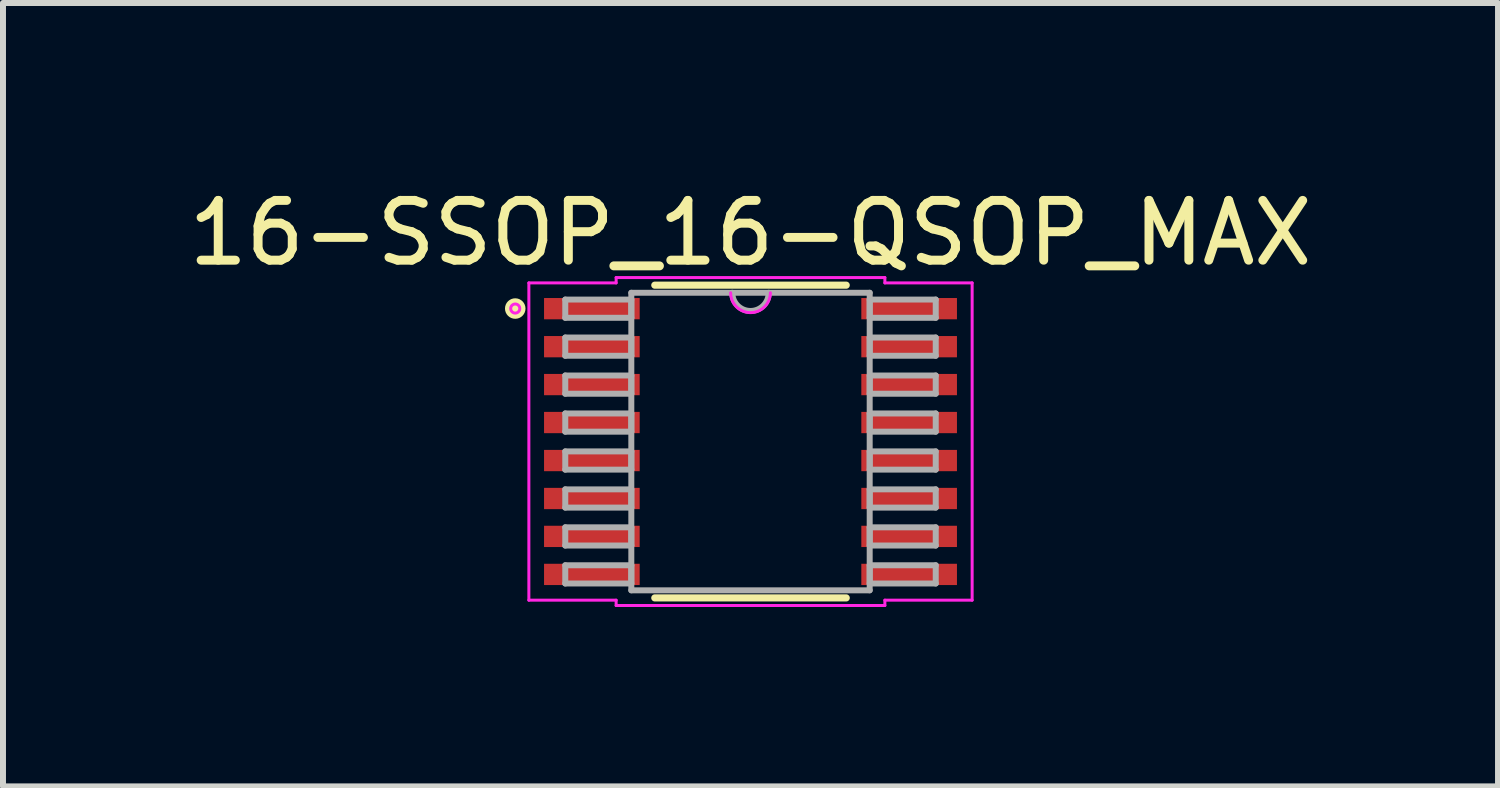
<source format=kicad_pcb>
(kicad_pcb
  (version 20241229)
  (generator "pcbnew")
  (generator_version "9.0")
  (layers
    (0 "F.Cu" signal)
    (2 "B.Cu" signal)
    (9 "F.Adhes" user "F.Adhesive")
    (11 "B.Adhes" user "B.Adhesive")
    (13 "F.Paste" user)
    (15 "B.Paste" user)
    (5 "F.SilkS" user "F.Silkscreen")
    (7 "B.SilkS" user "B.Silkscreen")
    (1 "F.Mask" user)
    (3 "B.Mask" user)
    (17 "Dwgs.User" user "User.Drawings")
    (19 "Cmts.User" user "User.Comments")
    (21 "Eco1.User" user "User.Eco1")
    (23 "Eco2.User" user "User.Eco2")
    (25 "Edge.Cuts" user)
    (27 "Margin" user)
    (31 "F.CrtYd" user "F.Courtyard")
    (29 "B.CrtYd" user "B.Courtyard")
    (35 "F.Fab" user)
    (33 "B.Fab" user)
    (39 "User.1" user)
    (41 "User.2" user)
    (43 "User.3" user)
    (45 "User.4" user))
  (footprint "16-SSOP_16-QSOP_MAX"
    (layer "F.Cu")
    (at 9.506 4.337)
    (property "Reference" "16-SSOP_16-QSOP_MAX" (at 0 -3.489 0) (layer "F.SilkS") (effects (font (size 1 1) (thickness 0.15))))
    (attr through_hole)
    (fp_line (start -1.601 2.616) (end 1.601 2.616) (stroke (width 0.12) (type solid)) (layer "F.SilkS"))
    (fp_line (start 1.601 -2.616) (end -1.601 -2.616) (stroke (width 0.12) (type solid)) (layer "F.SilkS"))
    (fp_circle (center -3.936 -2.225) (end -3.936 -2.225) (stroke (width 0.12) (type solid)) (fill no) (layer "F.SilkS"))
    (fp_circle (center -3.936 -2.225) (end -3.826 -2.207) (stroke (width 0.12) (type solid)) (fill no) (layer "F.SilkS"))
    (fp_line (start -3.708 -2.654) (end -2.248 -2.654) (stroke (width 0.05) (type solid)) (layer "F.CrtYd"))
    (fp_line (start -3.708 2.654) (end -3.708 -2.654) (stroke (width 0.05) (type solid)) (layer "F.CrtYd"))
    (fp_line (start -2.248 -2.743) (end 2.248 -2.743) (stroke (width 0.05) (type solid)) (layer "F.CrtYd"))
    (fp_line (start -2.248 -2.654) (end -2.248 -2.743) (stroke (width 0.05) (type solid)) (layer "F.CrtYd"))
    (fp_line (start -2.248 2.654) (end -3.708 2.654) (stroke (width 0.05) (type solid)) (layer "F.CrtYd"))
    (fp_line (start -2.248 2.743) (end -2.248 2.654) (stroke (width 0.05) (type solid)) (layer "F.CrtYd"))
    (fp_line (start 2.248 -2.743) (end 2.248 -2.654) (stroke (width 0.05) (type solid)) (layer "F.CrtYd"))
    (fp_line (start 2.248 -2.654) (end 3.708 -2.654) (stroke (width 0.05) (type solid)) (layer "F.CrtYd"))
    (fp_line (start 2.248 2.654) (end 2.248 2.743) (stroke (width 0.05) (type solid)) (layer "F.CrtYd"))
    (fp_line (start 2.248 2.743) (end -2.248 2.743) (stroke (width 0.05) (type solid)) (layer "F.CrtYd"))
    (fp_line (start 3.708 -2.654) (end 3.708 2.654) (stroke (width 0.05) (type solid)) (layer "F.CrtYd"))
    (fp_line (start 3.708 2.654) (end 2.248 2.654) (stroke (width 0.05) (type solid)) (layer "F.CrtYd"))
    (fp_arc (start 0.332317 -2.4892) (mid 0 -2.156883) (end -0.332317 -2.4892) (stroke (width 0.05) (type solid)) (layer "F.CrtYd"))
    (fp_circle (center -3.936 -2.225) (end -3.86 -2.225) (stroke (width 0.05) (type solid)) (fill no) (layer "F.CrtYd"))
    (fp_line (start -3.099 -2.375) (end -3.099 -2.07) (stroke (width 0.1) (type solid)) (layer "F.Fab"))
    (fp_line (start -3.099 -2.07) (end -1.994 -2.07) (stroke (width 0.1) (type solid)) (layer "F.Fab"))
    (fp_line (start -3.099 -1.74) (end -3.099 -1.435) (stroke (width 0.1) (type solid)) (layer "F.Fab"))
    (fp_line (start -3.099 -1.435) (end -1.994 -1.435) (stroke (width 0.1) (type solid)) (layer "F.Fab"))
    (fp_line (start -3.099 -1.105) (end -3.099 -0.8) (stroke (width 0.1) (type solid)) (layer "F.Fab"))
    (fp_line (start -3.099 -0.8) (end -1.994 -0.8) (stroke (width 0.1) (type solid)) (layer "F.Fab"))
    (fp_line (start -3.099 -0.47) (end -3.099 -0.165) (stroke (width 0.1) (type solid)) (layer "F.Fab"))
    (fp_line (start -3.099 -0.165) (end -1.994 -0.165) (stroke (width 0.1) (type solid)) (layer "F.Fab"))
    (fp_line (start -3.099 0.165) (end -3.099 0.47) (stroke (width 0.1) (type solid)) (layer "F.Fab"))
    (fp_line (start -3.099 0.47) (end -1.994 0.47) (stroke (width 0.1) (type solid)) (layer "F.Fab"))
    (fp_line (start -3.099 0.8) (end -3.099 1.105) (stroke (width 0.1) (type solid)) (layer "F.Fab"))
    (fp_line (start -3.099 1.105) (end -1.994 1.105) (stroke (width 0.1) (type solid)) (layer "F.Fab"))
    (fp_line (start -3.099 1.435) (end -3.099 1.74) (stroke (width 0.1) (type solid)) (layer "F.Fab"))
    (fp_line (start -3.099 1.74) (end -1.994 1.74) (stroke (width 0.1) (type solid)) (layer "F.Fab"))
    (fp_line (start -3.099 2.07) (end -3.099 2.375) (stroke (width 0.1) (type solid)) (layer "F.Fab"))
    (fp_line (start -3.099 2.375) (end -1.994 2.375) (stroke (width 0.1) (type solid)) (layer "F.Fab"))
    (fp_line (start -1.994 -2.489) (end -1.994 2.489) (stroke (width 0.1) (type solid)) (layer "F.Fab"))
    (fp_line (start -1.994 -2.375) (end -3.099 -2.375) (stroke (width 0.1) (type solid)) (layer "F.Fab"))
    (fp_line (start -1.994 -2.07) (end -1.994 -2.375) (stroke (width 0.1) (type solid)) (layer "F.Fab"))
    (fp_line (start -1.994 -1.74) (end -3.099 -1.74) (stroke (width 0.1) (type solid)) (layer "F.Fab"))
    (fp_line (start -1.994 -1.435) (end -1.994 -1.74) (stroke (width 0.1) (type solid)) (layer "F.Fab"))
    (fp_line (start -1.994 -1.105) (end -3.099 -1.105) (stroke (width 0.1) (type solid)) (layer "F.Fab"))
    (fp_line (start -1.994 -0.8) (end -1.994 -1.105) (stroke (width 0.1) (type solid)) (layer "F.Fab"))
    (fp_line (start -1.994 -0.47) (end -3.099 -0.47) (stroke (width 0.1) (type solid)) (layer "F.Fab"))
    (fp_line (start -1.994 -0.165) (end -1.994 -0.47) (stroke (width 0.1) (type solid)) (layer "F.Fab"))
    (fp_line (start -1.994 0.165) (end -3.099 0.165) (stroke (width 0.1) (type solid)) (layer "F.Fab"))
    (fp_line (start -1.994 0.47) (end -1.994 0.165) (stroke (width 0.1) (type solid)) (layer "F.Fab"))
    (fp_line (start -1.994 0.8) (end -3.099 0.8) (stroke (width 0.1) (type solid)) (layer "F.Fab"))
    (fp_line (start -1.994 1.105) (end -1.994 0.8) (stroke (width 0.1) (type solid)) (layer "F.Fab"))
    (fp_line (start -1.994 1.435) (end -3.099 1.435) (stroke (width 0.1) (type solid)) (layer "F.Fab"))
    (fp_line (start -1.994 1.74) (end -1.994 1.435) (stroke (width 0.1) (type solid)) (layer "F.Fab"))
    (fp_line (start -1.994 2.07) (end -3.099 2.07) (stroke (width 0.1) (type solid)) (layer "F.Fab"))
    (fp_line (start -1.994 2.375) (end -1.994 2.07) (stroke (width 0.1) (type solid)) (layer "F.Fab"))
    (fp_line (start -1.994 2.489) (end 1.994 2.489) (stroke (width 0.1) (type solid)) (layer "F.Fab"))
    (fp_line (start 1.994 -2.489) (end -1.994 -2.489) (stroke (width 0.1) (type solid)) (layer "F.Fab"))
    (fp_line (start 1.994 -2.375) (end 1.994 -2.07) (stroke (width 0.1) (type solid)) (layer "F.Fab"))
    (fp_line (start 1.994 -2.07) (end 3.099 -2.07) (stroke (width 0.1) (type solid)) (layer "F.Fab"))
    (fp_line (start 1.994 -1.74) (end 1.994 -1.435) (stroke (width 0.1) (type solid)) (layer "F.Fab"))
    (fp_line (start 1.994 -1.435) (end 3.099 -1.435) (stroke (width 0.1) (type solid)) (layer "F.Fab"))
    (fp_line (start 1.994 -1.105) (end 1.994 -0.8) (stroke (width 0.1) (type solid)) (layer "F.Fab"))
    (fp_line (start 1.994 -0.8) (end 3.099 -0.8) (stroke (width 0.1) (type solid)) (layer "F.Fab"))
    (fp_line (start 1.994 -0.47) (end 1.994 -0.165) (stroke (width 0.1) (type solid)) (layer "F.Fab"))
    (fp_line (start 1.994 -0.165) (end 3.099 -0.165) (stroke (width 0.1) (type solid)) (layer "F.Fab"))
    (fp_line (start 1.994 0.165) (end 1.994 0.47) (stroke (width 0.1) (type solid)) (layer "F.Fab"))
    (fp_line (start 1.994 0.47) (end 3.099 0.47) (stroke (width 0.1) (type solid)) (layer "F.Fab"))
    (fp_line (start 1.994 0.8) (end 1.994 1.105) (stroke (width 0.1) (type solid)) (layer "F.Fab"))
    (fp_line (start 1.994 1.105) (end 3.099 1.105) (stroke (width 0.1) (type solid)) (layer "F.Fab"))
    (fp_line (start 1.994 1.435) (end 1.994 1.74) (stroke (width 0.1) (type solid)) (layer "F.Fab"))
    (fp_line (start 1.994 1.74) (end 3.099 1.74) (stroke (width 0.1) (type solid)) (layer "F.Fab"))
    (fp_line (start 1.994 2.07) (end 1.994 2.375) (stroke (width 0.1) (type solid)) (layer "F.Fab"))
    (fp_line (start 1.994 2.375) (end 3.099 2.375) (stroke (width 0.1) (type solid)) (layer "F.Fab"))
    (fp_line (start 1.994 2.489) (end 1.994 -2.489) (stroke (width 0.1) (type solid)) (layer "F.Fab"))
    (fp_line (start 3.099 -2.375) (end 1.994 -2.375) (stroke (width 0.1) (type solid)) (layer "F.Fab"))
    (fp_line (start 3.099 -2.07) (end 3.099 -2.375) (stroke (width 0.1) (type solid)) (layer "F.Fab"))
    (fp_line (start 3.099 -1.74) (end 1.994 -1.74) (stroke (width 0.1) (type solid)) (layer "F.Fab"))
    (fp_line (start 3.099 -1.435) (end 3.099 -1.74) (stroke (width 0.1) (type solid)) (layer "F.Fab"))
    (fp_line (start 3.099 -1.105) (end 1.994 -1.105) (stroke (width 0.1) (type solid)) (layer "F.Fab"))
    (fp_line (start 3.099 -0.8) (end 3.099 -1.105) (stroke (width 0.1) (type solid)) (layer "F.Fab"))
    (fp_line (start 3.099 -0.47) (end 1.994 -0.47) (stroke (width 0.1) (type solid)) (layer "F.Fab"))
    (fp_line (start 3.099 -0.165) (end 3.099 -0.47) (stroke (width 0.1) (type solid)) (layer "F.Fab"))
    (fp_line (start 3.099 0.165) (end 1.994 0.165) (stroke (width 0.1) (type solid)) (layer "F.Fab"))
    (fp_line (start 3.099 0.47) (end 3.099 0.165) (stroke (width 0.1) (type solid)) (layer "F.Fab"))
    (fp_line (start 3.099 0.8) (end 1.994 0.8) (stroke (width 0.1) (type solid)) (layer "F.Fab"))
    (fp_line (start 3.099 1.105) (end 3.099 0.8) (stroke (width 0.1) (type solid)) (layer "F.Fab"))
    (fp_line (start 3.099 1.435) (end 1.994 1.435) (stroke (width 0.1) (type solid)) (layer "F.Fab"))
    (fp_line (start 3.099 1.74) (end 3.099 1.435) (stroke (width 0.1) (type solid)) (layer "F.Fab"))
    (fp_line (start 3.099 2.07) (end 1.994 2.07) (stroke (width 0.1) (type solid)) (layer "F.Fab"))
    (fp_line (start 3.099 2.375) (end 3.099 2.07) (stroke (width 0.1) (type solid)) (layer "F.Fab"))
    (fp_arc (start 0.3048 -2.4892) (mid 0 -2.1844) (end -0.3048 -2.4892) (stroke (width 0.1) (type solid)) (layer "F.Fab"))
    (pad "1" smd rect (at -2.654 -2.223) (size 1.6 0.356) (layers "F.Cu" "F.Mask" "F.Paste"))
    (pad "2" smd rect (at -2.654 -1.587) (size 1.6 0.356) (layers "F.Cu" "F.Mask" "F.Paste"))
    (pad "3" smd rect (at -2.654 -0.953) (size 1.6 0.356) (layers "F.Cu" "F.Mask" "F.Paste"))
    (pad "4" smd rect (at -2.654 -0.318) (size 1.6 0.356) (layers "F.Cu" "F.Mask" "F.Paste"))
    (pad "5" smd rect (at -2.654 0.318) (size 1.6 0.356) (layers "F.Cu" "F.Mask" "F.Paste"))
    (pad "6" smd rect (at -2.654 0.953) (size 1.6 0.356) (layers "F.Cu" "F.Mask" "F.Paste"))
    (pad "7" smd rect (at -2.654 1.587) (size 1.6 0.356) (layers "F.Cu" "F.Mask" "F.Paste"))
    (pad "8" smd rect (at -2.654 2.223) (size 1.6 0.356) (layers "F.Cu" "F.Mask" "F.Paste"))
    (pad "9" smd rect (at 2.654 2.223) (size 1.6 0.356) (layers "F.Cu" "F.Mask" "F.Paste"))
    (pad "10" smd rect (at 2.654 1.587) (size 1.6 0.356) (layers "F.Cu" "F.Mask" "F.Paste"))
    (pad "11" smd rect (at 2.654 0.953) (size 1.6 0.356) (layers "F.Cu" "F.Mask" "F.Paste"))
    (pad "12" smd rect (at 2.654 0.318) (size 1.6 0.356) (layers "F.Cu" "F.Mask" "F.Paste"))
    (pad "13" smd rect (at 2.654 -0.318) (size 1.6 0.356) (layers "F.Cu" "F.Mask" "F.Paste"))
    (pad "14" smd rect (at 2.654 -0.953) (size 1.6 0.356) (layers "F.Cu" "F.Mask" "F.Paste"))
    (pad "15" smd rect (at 2.654 -1.587) (size 1.6 0.356) (layers "F.Cu" "F.Mask" "F.Paste"))
    (pad "16" smd rect (at 2.654 -2.223) (size 1.6 0.356) (layers "F.Cu" "F.Mask" "F.Paste")))
  (gr_rect
    (start -3 -3)
    (end 22.012 10.106)
    (stroke (width 0.1) (type default))
    (fill no)
    (layer "Edge.Cuts")))
</source>
